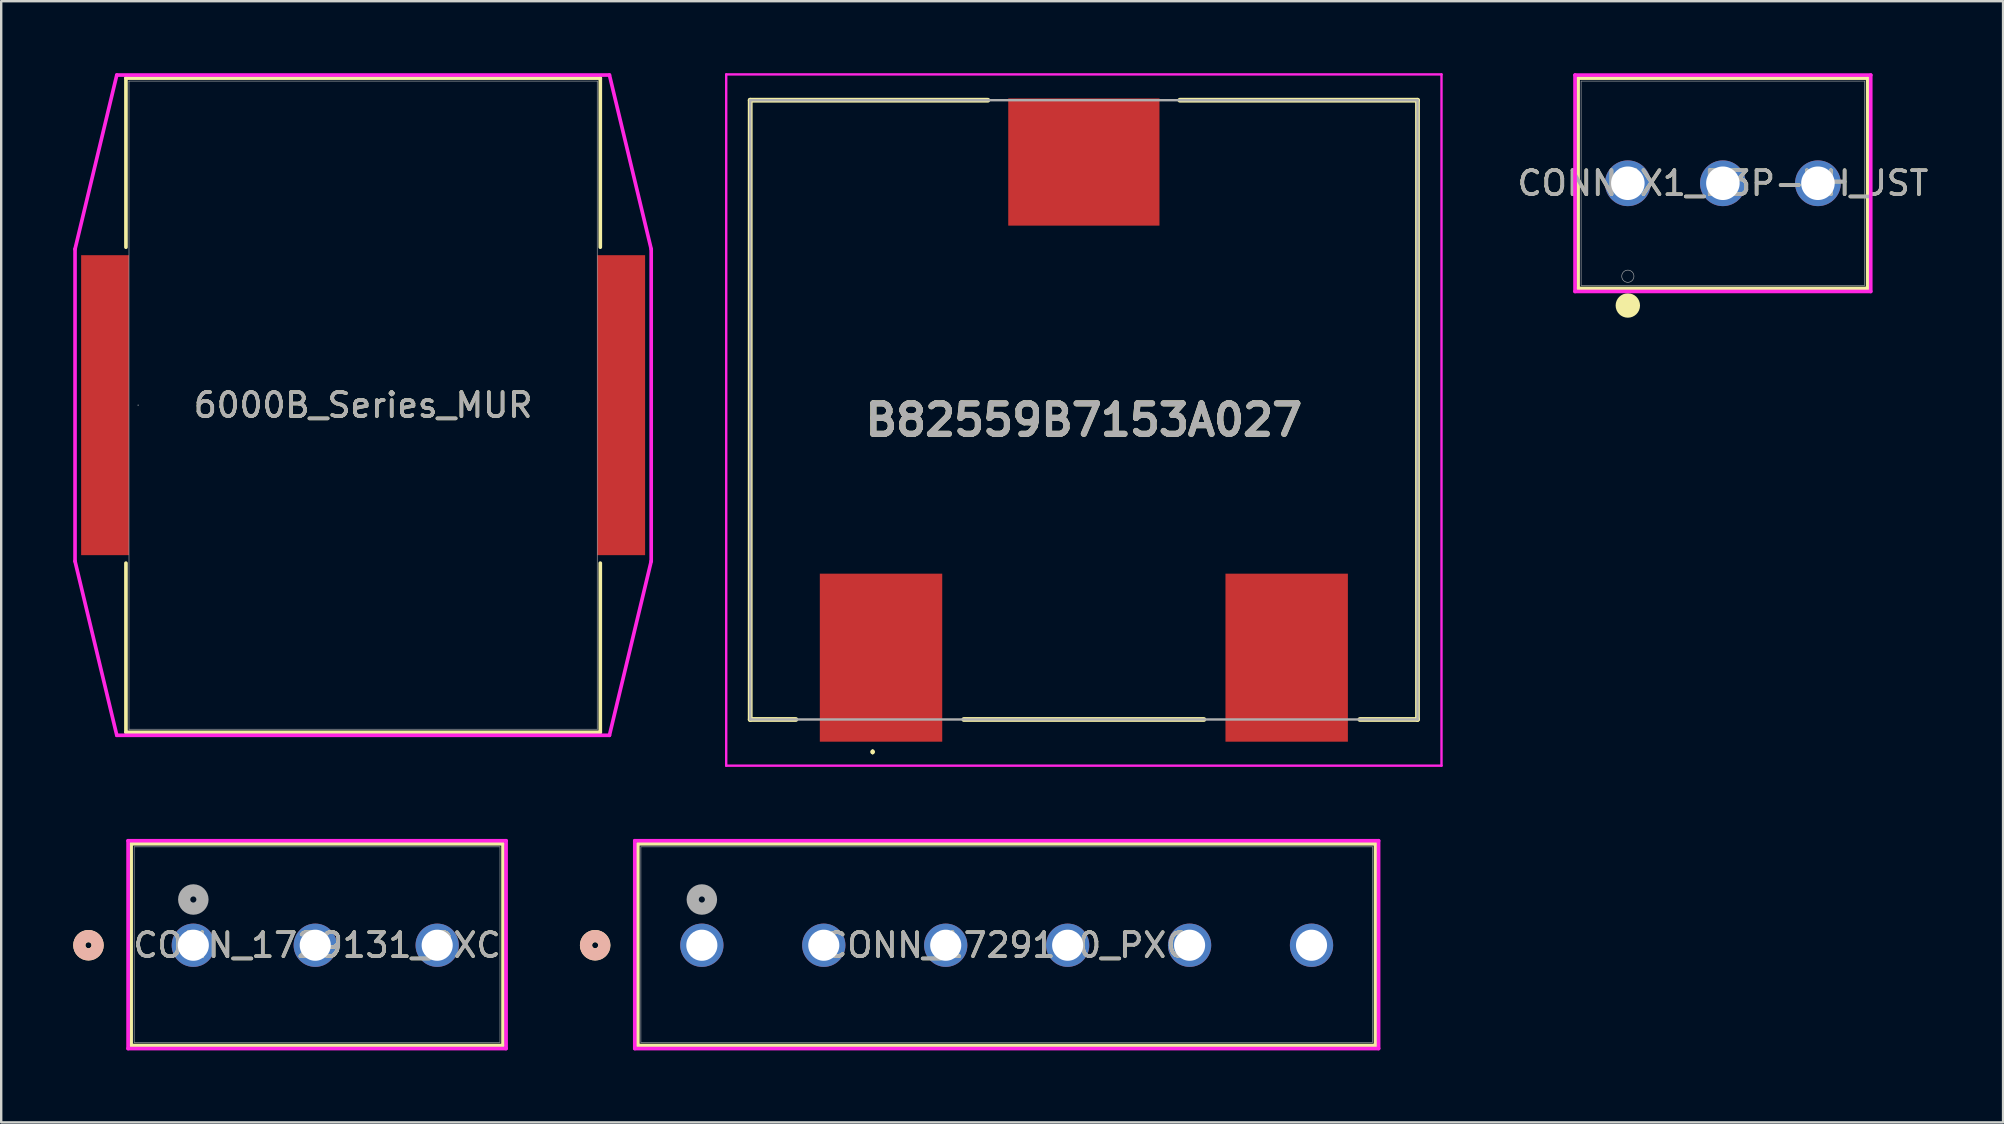
<source format=kicad_pcb>
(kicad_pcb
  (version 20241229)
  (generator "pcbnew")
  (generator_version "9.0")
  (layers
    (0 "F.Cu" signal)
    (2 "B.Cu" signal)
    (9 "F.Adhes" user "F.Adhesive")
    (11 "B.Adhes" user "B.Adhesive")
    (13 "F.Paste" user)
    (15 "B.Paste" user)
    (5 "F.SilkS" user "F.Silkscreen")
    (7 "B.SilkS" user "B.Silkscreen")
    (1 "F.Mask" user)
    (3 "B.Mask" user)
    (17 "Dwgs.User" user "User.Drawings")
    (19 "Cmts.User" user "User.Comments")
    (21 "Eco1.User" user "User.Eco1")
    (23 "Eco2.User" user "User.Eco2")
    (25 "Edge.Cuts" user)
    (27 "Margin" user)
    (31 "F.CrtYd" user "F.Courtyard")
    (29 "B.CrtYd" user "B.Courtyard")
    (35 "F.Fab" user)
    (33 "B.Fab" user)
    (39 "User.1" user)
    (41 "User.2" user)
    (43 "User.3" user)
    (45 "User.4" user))
  (footprint "CONN_1729160_PXC"
    (layer "F.Cu")
    (at 26.19 36.33)
    (property "Reference" "CONN_1729160_PXC" (at 12.7 0 0) (unlocked yes) (layer "F.SilkS") (effects (font (size 1 1) (thickness 0.15))))
    (attr through_hole)
    (fp_line (start -2.667 -4.227) (end -2.667 4.177) (stroke (width 0.152) (type solid)) (layer "F.SilkS"))
    (fp_line (start -2.667 4.177) (end 28.067 4.177) (stroke (width 0.152) (type solid)) (layer "F.SilkS"))
    (fp_line (start 28.067 -4.227) (end -2.667 -4.227) (stroke (width 0.152) (type solid)) (layer "F.SilkS"))
    (fp_line (start 28.067 4.177) (end 28.067 -4.227) (stroke (width 0.152) (type solid)) (layer "F.SilkS"))
    (fp_circle (center -4.445 0) (end -4.064 0) (stroke (width 0.508) (type solid)) (fill no) (layer "F.SilkS"))
    (fp_circle (center -4.445 0) (end -4.064 0) (stroke (width 0.508) (type solid)) (fill no) (layer "B.SilkS"))
    (fp_line (start -2.794 -4.354) (end -2.794 4.304) (stroke (width 0.152) (type solid)) (layer "F.CrtYd"))
    (fp_line (start -2.794 4.304) (end 28.194 4.304) (stroke (width 0.152) (type solid)) (layer "F.CrtYd"))
    (fp_line (start 28.194 -4.354) (end -2.794 -4.354) (stroke (width 0.152) (type solid)) (layer "F.CrtYd"))
    (fp_line (start 28.194 4.304) (end 28.194 -4.354) (stroke (width 0.152) (type solid)) (layer "F.CrtYd"))
    (fp_line (start -2.54 -4.1) (end -2.54 4.05) (stroke (width 0.025) (type solid)) (layer "F.Fab"))
    (fp_line (start -2.54 4.05) (end 27.94 4.05) (stroke (width 0.025) (type solid)) (layer "F.Fab"))
    (fp_line (start 27.94 -4.1) (end -2.54 -4.1) (stroke (width 0.025) (type solid)) (layer "F.Fab"))
    (fp_line (start 27.94 4.05) (end 27.94 -4.1) (stroke (width 0.025) (type solid)) (layer "F.Fab"))
    (fp_circle (center 0 -1.905) (end 0.381 -1.905) (stroke (width 0.508) (type solid)) (fill no) (layer "F.Fab"))
    (fp_text user "${REFERENCE}" (at 12.7 0 0) (unlocked yes) (layer "F.Fab") (effects (font (size 1 1) (thickness 0.15))))
    (pad "1" thru_hole circle (at 0 0) (size 1.803 1.803) (drill 1.295) (layers "*.Cu" "*.Mask"))
    (pad "2" thru_hole circle (at 5.08 0) (size 1.803 1.803) (drill 1.295) (layers "*.Cu" "*.Mask"))
    (pad "3" thru_hole circle (at 10.16 0) (size 1.803 1.803) (drill 1.295) (layers "*.Cu" "*.Mask"))
    (pad "4" thru_hole circle (at 15.24 0) (size 1.803 1.803) (drill 1.295) (layers "*.Cu" "*.Mask"))
    (pad "5" thru_hole circle (at 20.32 0) (size 1.803 1.803) (drill 1.295) (layers "*.Cu" "*.Mask"))
    (pad "6" thru_hole circle (at 25.4 0) (size 1.803 1.803) (drill 1.295) (layers "*.Cu" "*.Mask")))
  (footprint "6000B_Series_MUR"
    (layer "F.Cu")
    (at 12.078 13.83)
    (property "Reference" "6000B_Series_MUR" (at 0 0 0) (unlocked yes) (layer "F.SilkS") (effects (font (size 1 1) (thickness 0.15))))
    (attr smd)
    (fp_line (start -9.881 -13.627) (end 9.881 -13.627) (stroke (width 0.152) (type solid)) (layer "F.SilkS"))
    (fp_line (start -9.881 -6.581) (end -9.881 -13.627) (stroke (width 0.152) (type solid)) (layer "F.SilkS"))
    (fp_line (start -9.881 13.627) (end -9.881 6.581) (stroke (width 0.152) (type solid)) (layer "F.SilkS"))
    (fp_line (start 9.881 -13.627) (end 9.881 -6.581) (stroke (width 0.152) (type solid)) (layer "F.SilkS"))
    (fp_line (start 9.881 6.581) (end 9.881 13.627) (stroke (width 0.152) (type solid)) (layer "F.SilkS"))
    (fp_line (start 9.881 13.627) (end -9.881 13.627) (stroke (width 0.152) (type solid)) (layer "F.SilkS"))
    (fp_line (start -12.002 -6.502) (end -10.262 -13.754) (stroke (width 0.152) (type solid)) (layer "F.CrtYd"))
    (fp_line (start -12.002 6.502) (end -12.002 -6.502) (stroke (width 0.152) (type solid)) (layer "F.CrtYd"))
    (fp_line (start -10.262 -13.754) (end 10.262 -13.754) (stroke (width 0.152) (type solid)) (layer "F.CrtYd"))
    (fp_line (start -10.262 13.754) (end -12.002 6.502) (stroke (width 0.152) (type solid)) (layer "F.CrtYd"))
    (fp_line (start 10.262 -13.754) (end 12.002 -6.502) (stroke (width 0.152) (type solid)) (layer "F.CrtYd"))
    (fp_line (start 10.262 13.754) (end -10.262 13.754) (stroke (width 0.152) (type solid)) (layer "F.CrtYd"))
    (fp_line (start 12.002 -6.502) (end 12.002 6.502) (stroke (width 0.152) (type solid)) (layer "F.CrtYd"))
    (fp_line (start 12.002 6.502) (end 10.262 13.754) (stroke (width 0.152) (type solid)) (layer "F.CrtYd"))
    (fp_line (start -9.754 -13.5) (end -9.754 -13.5) (stroke (width 0.025) (type solid)) (layer "F.Fab"))
    (fp_line (start -9.754 -13.5) (end 9.754 -13.5) (stroke (width 0.025) (type solid)) (layer "F.Fab"))
    (fp_line (start -9.754 13.5) (end -9.754 -13.5) (stroke (width 0.025) (type solid)) (layer "F.Fab"))
    (fp_line (start -9.754 13.5) (end -9.754 13.5) (stroke (width 0.025) (type solid)) (layer "F.Fab"))
    (fp_line (start 9.754 -13.5) (end 9.754 -13.5) (stroke (width 0.025) (type solid)) (layer "F.Fab"))
    (fp_line (start 9.754 -13.5) (end 9.754 13.5) (stroke (width 0.025) (type solid)) (layer "F.Fab"))
    (fp_line (start 9.754 13.5) (end -9.754 13.5) (stroke (width 0.025) (type solid)) (layer "F.Fab"))
    (fp_line (start 9.754 13.5) (end 9.754 13.5) (stroke (width 0.025) (type solid)) (layer "F.Fab"))
    (fp_circle (center -9.373 0) (end -9.373 0) (stroke (width 0.025) (type solid)) (fill no) (layer "F.Fab"))
    (fp_text user "${REFERENCE}" (at 0 0 0) (unlocked yes) (layer "F.Fab") (effects (font (size 1 1) (thickness 0.15))))
    (pad "1" smd rect (at -10.751 0) (size 1.994 12.497) (layers "F.Cu" "F.Mask" "F.Paste"))
    (pad "2" smd rect (at 10.751 0) (size 1.994 12.497) (layers "F.Cu" "F.Mask" "F.Paste"))
    (zone (net_name "") (layer "F.Cu") (hatch full 0.508) (connect_pads) (min_thickness 0.254) (filled_areas_thickness no) (keepout (tracks not_allowed) (vias not_allowed) (pads allowed) (copperpour not_allowed) (footprints allowed)) (placement (enabled no)) (fill) (polygon (pts (xy 2.375 0.381) (xy 21.78 0.381) (xy 21.78 27.28) (xy 2.375 27.28)))))
  (footprint "CONN_1729131_PXC"
    (layer "F.Cu")
    (at 5.004 36.33)
    (property "Reference" "CONN_1729131_PXC" (at 5.156 0 0) (unlocked yes) (layer "F.SilkS") (effects (font (size 1 1) (thickness 0.15))))
    (attr through_hole)
    (fp_line (start -2.591 -4.227) (end -2.591 4.177) (stroke (width 0.152) (type solid)) (layer "F.SilkS"))
    (fp_line (start -2.591 4.177) (end 12.903 4.177) (stroke (width 0.152) (type solid)) (layer "F.SilkS"))
    (fp_line (start 12.903 -4.227) (end -2.591 -4.227) (stroke (width 0.152) (type solid)) (layer "F.SilkS"))
    (fp_line (start 12.903 4.177) (end 12.903 -4.227) (stroke (width 0.152) (type solid)) (layer "F.SilkS"))
    (fp_circle (center -4.369 0) (end -3.988 0) (stroke (width 0.508) (type solid)) (fill no) (layer "F.SilkS"))
    (fp_circle (center -4.369 0) (end -3.988 0) (stroke (width 0.508) (type solid)) (fill no) (layer "B.SilkS"))
    (fp_line (start -2.718 -4.354) (end -2.718 4.304) (stroke (width 0.152) (type solid)) (layer "F.CrtYd"))
    (fp_line (start -2.718 4.304) (end 13.03 4.304) (stroke (width 0.152) (type solid)) (layer "F.CrtYd"))
    (fp_line (start 13.03 -4.354) (end -2.718 -4.354) (stroke (width 0.152) (type solid)) (layer "F.CrtYd"))
    (fp_line (start 13.03 4.304) (end 13.03 -4.354) (stroke (width 0.152) (type solid)) (layer "F.CrtYd"))
    (fp_line (start -2.464 -4.1) (end -2.464 4.05) (stroke (width 0.025) (type solid)) (layer "F.Fab"))
    (fp_line (start -2.464 4.05) (end 12.776 4.05) (stroke (width 0.025) (type solid)) (layer "F.Fab"))
    (fp_line (start 12.776 -4.1) (end -2.464 -4.1) (stroke (width 0.025) (type solid)) (layer "F.Fab"))
    (fp_line (start 12.776 4.05) (end 12.776 -4.1) (stroke (width 0.025) (type solid)) (layer "F.Fab"))
    (fp_circle (center 0 -1.905) (end 0.381 -1.905) (stroke (width 0.508) (type solid)) (fill no) (layer "F.Fab"))
    (fp_text user "${REFERENCE}" (at 5.156 0 0) (unlocked yes) (layer "F.Fab") (effects (font (size 1 1) (thickness 0.15))))
    (pad "1" thru_hole circle (at 0 0) (size 1.803 1.803) (drill 1.295) (layers "*.Cu" "*.Mask"))
    (pad "2" thru_hole circle (at 5.08 0) (size 1.803 1.803) (drill 1.295) (layers "*.Cu" "*.Mask"))
    (pad "3" thru_hole circle (at 10.16 0) (size 1.803 1.803) (drill 1.295) (layers "*.Cu" "*.Mask")))
  (footprint "B82559B7153A027"
    (layer "F.Cu")
    (at 42.105 14.025)
    (property "Reference" "B82559B7153A027" (at 0 0.425 0) (layer "F.SilkS") (effects (font (size 1.27 1.27) (thickness 0.254))))
    (attr smd)
    (fp_line (start -13.9 -12.9) (end -13.9 12.9) (stroke (width 0.2) (type solid)) (layer "F.SilkS"))
    (fp_line (start -13.9 12.9) (end -12 12.9) (stroke (width 0.2) (type solid)) (layer "F.SilkS"))
    (fp_line (start -8.8 14.2) (end -8.8 14.2) (stroke (width 0.1) (type solid)) (layer "F.SilkS"))
    (fp_line (start -8.8 14.3) (end -8.8 14.3) (stroke (width 0.1) (type solid)) (layer "F.SilkS"))
    (fp_line (start -5 12.9) (end 5 12.9) (stroke (width 0.2) (type solid)) (layer "F.SilkS"))
    (fp_line (start -4 -12.9) (end -13.9 -12.9) (stroke (width 0.2) (type solid)) (layer "F.SilkS"))
    (fp_line (start 4 -12.9) (end 13.9 -12.9) (stroke (width 0.2) (type solid)) (layer "F.SilkS"))
    (fp_line (start 13.9 -12.9) (end 13.9 12.9) (stroke (width 0.2) (type solid)) (layer "F.SilkS"))
    (fp_line (start 13.9 12.9) (end 11.5 12.9) (stroke (width 0.2) (type solid)) (layer "F.SilkS"))
    (fp_arc (start -8.8 14.2) (mid -8.75 14.25) (end -8.8 14.3) (stroke (width 0.1) (type solid)) (layer "F.SilkS"))
    (fp_arc (start -8.8 14.3) (mid -8.85 14.25) (end -8.8 14.2) (stroke (width 0.1) (type solid)) (layer "F.SilkS"))
    (fp_line (start -14.9 -13.975) (end 14.9 -13.975) (stroke (width 0.1) (type solid)) (layer "F.CrtYd"))
    (fp_line (start -14.9 14.825) (end -14.9 -13.975) (stroke (width 0.1) (type solid)) (layer "F.CrtYd"))
    (fp_line (start 14.9 -13.975) (end 14.9 14.825) (stroke (width 0.1) (type solid)) (layer "F.CrtYd"))
    (fp_line (start 14.9 14.825) (end -14.9 14.825) (stroke (width 0.1) (type solid)) (layer "F.CrtYd"))
    (fp_line (start -13.9 -12.9) (end 13.9 -12.9) (stroke (width 0.1) (type solid)) (layer "F.Fab"))
    (fp_line (start -13.9 12.9) (end -13.9 -12.9) (stroke (width 0.1) (type solid)) (layer "F.Fab"))
    (fp_line (start 13.9 -12.9) (end 13.9 12.9) (stroke (width 0.1) (type solid)) (layer "F.Fab"))
    (fp_line (start 13.9 12.9) (end -13.9 12.9) (stroke (width 0.1) (type solid)) (layer "F.Fab"))
    (fp_text user "${REFERENCE}" (at 0 0.425 0) (layer "F.Fab") (effects (font (size 1.27 1.27) (thickness 0.254))))
    (pad "1" smd rect (at -8.45 10.325) (size 5.1 7) (layers "F.Cu" "F.Mask" "F.Paste"))
    (pad "2" smd rect (at 8.45 10.325) (size 5.1 7) (layers "F.Cu" "F.Mask" "F.Paste"))
    (pad "3" smd rect (at 0 -10.325 90) (size 5.3 6.3) (layers "F.Cu" "F.Mask" "F.Paste")))
  (footprint "CONN3X1_B3P-VH_JST"
    (layer "F.Cu")
    (at 64.768 4.585)
    (property "Reference" "CONN3X1_B3P-VH_JST" (at 3.96 0 0) (unlocked yes) (layer "F.SilkS") (effects (font (size 1 1) (thickness 0.15))))
    (attr through_hole)
    (fp_line (start -2.072 -4.381) (end -2.072 4.381) (stroke (width 0.152) (type solid)) (layer "F.SilkS"))
    (fp_line (start -2.072 4.381) (end 9.992 4.381) (stroke (width 0.152) (type solid)) (layer "F.SilkS"))
    (fp_line (start 9.992 -4.381) (end -2.072 -4.381) (stroke (width 0.152) (type solid)) (layer "F.SilkS"))
    (fp_line (start 9.992 4.381) (end 9.992 -4.381) (stroke (width 0.152) (type solid)) (layer "F.SilkS"))
    (fp_circle (center 0 5.093) (end 0.254 5.093) (stroke (width 0.508) (type solid)) (fill no) (layer "F.SilkS"))
    (fp_line (start -2.2 -4.508) (end -2.2 4.508) (stroke (width 0.152) (type solid)) (layer "F.CrtYd"))
    (fp_line (start -2.2 4.508) (end 10.12 4.508) (stroke (width 0.152) (type solid)) (layer "F.CrtYd"))
    (fp_line (start 10.12 -4.508) (end -2.2 -4.508) (stroke (width 0.152) (type solid)) (layer "F.CrtYd"))
    (fp_line (start 10.12 4.508) (end 10.12 -4.508) (stroke (width 0.152) (type solid)) (layer "F.CrtYd"))
    (fp_line (start -1.946 -4.255) (end -1.946 4.255) (stroke (width 0.025) (type solid)) (layer "F.Fab"))
    (fp_line (start -1.946 4.255) (end 9.866 4.255) (stroke (width 0.025) (type solid)) (layer "F.Fab"))
    (fp_line (start 9.866 -4.255) (end -1.946 -4.255) (stroke (width 0.025) (type solid)) (layer "F.Fab"))
    (fp_line (start 9.866 4.255) (end 9.866 -4.255) (stroke (width 0.025) (type solid)) (layer "F.Fab"))
    (fp_circle (center 0 3.873) (end 0.254 3.873) (stroke (width 0.025) (type solid)) (fill no) (layer "F.Fab"))
    (fp_text user "${REFERENCE}" (at 3.96 0 0) (unlocked yes) (layer "F.Fab") (effects (font (size 1 1) (thickness 0.15))))
    (pad "1" thru_hole circle (at 0 0) (size 1.905 1.905) (drill 1.397) (layers "*.Cu" "*.Mask"))
    (pad "2" thru_hole circle (at 3.96 0) (size 1.905 1.905) (drill 1.397) (layers "*.Cu" "*.Mask"))
    (pad "3" thru_hole circle (at 7.92 0) (size 1.905 1.905) (drill 1.397) (layers "*.Cu" "*.Mask")))
  (gr_rect
    (start -3 -3)
    (end 80.401 43.71)
    (stroke (width 0.1) (type default))
    (fill no)
    (layer "Edge.Cuts")))
</source>
